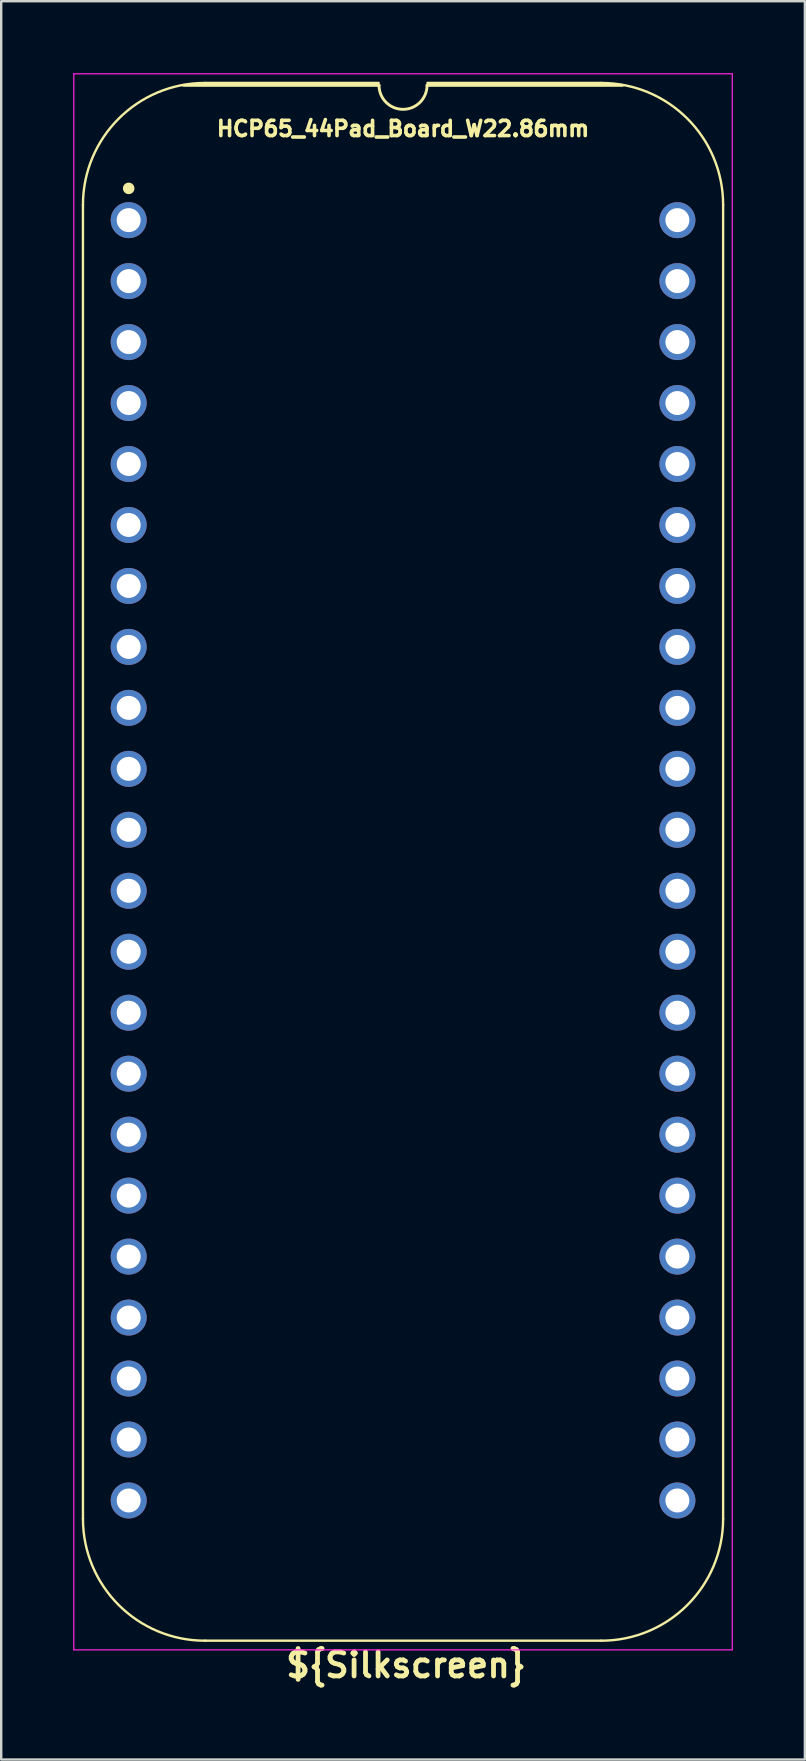
<source format=kicad_pcb>
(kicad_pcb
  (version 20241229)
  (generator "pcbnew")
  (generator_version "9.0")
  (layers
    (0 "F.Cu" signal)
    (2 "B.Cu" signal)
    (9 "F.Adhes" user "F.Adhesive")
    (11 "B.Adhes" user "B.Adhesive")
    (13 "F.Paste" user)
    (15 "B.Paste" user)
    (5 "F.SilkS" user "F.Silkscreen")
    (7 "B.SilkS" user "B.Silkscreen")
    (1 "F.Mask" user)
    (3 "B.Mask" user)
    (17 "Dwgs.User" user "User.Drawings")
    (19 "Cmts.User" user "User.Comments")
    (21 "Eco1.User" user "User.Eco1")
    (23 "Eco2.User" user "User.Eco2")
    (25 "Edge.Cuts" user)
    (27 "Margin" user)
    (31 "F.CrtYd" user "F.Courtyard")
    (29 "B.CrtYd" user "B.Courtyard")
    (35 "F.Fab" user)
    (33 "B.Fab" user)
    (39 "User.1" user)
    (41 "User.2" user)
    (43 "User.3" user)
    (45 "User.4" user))
  (footprint "HCP65_44Pad_Board_W22.86mm"
    (layer "F.Cu")
    (at 2.311 6.121)
    (property "Reference" "HCP65_44Pad_Board_W22.86mm" (at 11.43 -3.81 0) (layer "F.SilkS") (effects (font (size 0.635 0.635) (thickness 0.15))))
    (property "Silkscreen" "${Silkscreen}" (at 11.557 60.198 0) (unlocked yes) (layer "F.SilkS") (effects (font (size 1 1) (thickness 0.2) (bold yes))))
    (attr through_hole)
    (fp_line (start -1.905 -0.635) (end -1.905 54.102) (stroke (width 0.1) (type solid)) (layer "F.SilkS"))
    (fp_line (start 10.414 -5.715) (end 3.175 -5.715) (stroke (width 0.1) (type solid)) (layer "F.SilkS"))
    (fp_line (start 10.43 -5.616) (end 2.286 -5.616) (stroke (width 0.12) (type solid)) (layer "F.SilkS"))
    (fp_line (start 19.685 -5.715) (end 12.446 -5.715) (stroke (width 0.1) (type solid)) (layer "F.SilkS"))
    (fp_line (start 19.685 59.182) (end 3.175 59.182) (stroke (width 0.1) (type solid)) (layer "F.SilkS"))
    (fp_line (start 20.574 -5.616) (end 12.43 -5.616) (stroke (width 0.12) (type solid)) (layer "F.SilkS"))
    (fp_line (start 24.765 54.102) (end 24.765 -0.635) (stroke (width 0.1) (type solid)) (layer "F.SilkS"))
    (fp_arc (start -1.905 -0.635) (mid -0.417102 -4.227102) (end 3.175 -5.715) (stroke (width 0.1) (type solid)) (layer "F.SilkS"))
    (fp_arc (start 3.175 59.182) (mid -0.417102 57.694102) (end -1.905 54.102) (stroke (width 0.1) (type solid)) (layer "F.SilkS"))
    (fp_arc (start 12.43 -5.616) (mid 11.43 -4.616) (end 10.43 -5.616) (stroke (width 0.12) (type solid)) (layer "F.SilkS"))
    (fp_arc (start 19.685 -5.715) (mid 23.277102 -4.227102) (end 24.765 -0.635) (stroke (width 0.1) (type solid)) (layer "F.SilkS"))
    (fp_arc (start 24.765 54.102) (mid 23.277102 57.694102) (end 19.685 59.182) (stroke (width 0.1) (type solid)) (layer "F.SilkS"))
    (fp_circle (center 0 -1.323) (end 0.18 -1.323) (stroke (width 0.12) (type solid)) (fill yes) (layer "F.SilkS"))
    (fp_line (start -2.286 -6.096) (end -2.286 59.563) (stroke (width 0.05) (type solid)) (layer "F.CrtYd"))
    (fp_line (start -2.286 -6.096) (end 25.146 -6.096) (stroke (width 0.05) (type solid)) (layer "F.CrtYd"))
    (fp_line (start -2.286 59.563) (end 25.146 59.563) (stroke (width 0.05) (type solid)) (layer "F.CrtYd"))
    (fp_line (start 25.146 59.563) (end 25.146 -6.096) (stroke (width 0.05) (type solid)) (layer "F.CrtYd"))
    (pad "1" thru_hole circle (at 0 0) (size 1.5 1.5) (drill 1) (layers "*.Cu" "*.Mask"))
    (pad "2" thru_hole circle (at 0 2.54) (size 1.5 1.5) (drill 1) (layers "*.Cu" "*.Mask"))
    (pad "3" thru_hole circle (at 0 5.08) (size 1.5 1.5) (drill 1) (layers "*.Cu" "*.Mask"))
    (pad "4" thru_hole circle (at 0 7.62) (size 1.5 1.5) (drill 1) (layers "*.Cu" "*.Mask"))
    (pad "5" thru_hole circle (at 0 10.16) (size 1.5 1.5) (drill 1) (layers "*.Cu" "*.Mask"))
    (pad "6" thru_hole circle (at 0 12.7) (size 1.5 1.5) (drill 1) (layers "*.Cu" "*.Mask"))
    (pad "7" thru_hole circle (at 0 15.24) (size 1.5 1.5) (drill 1) (layers "*.Cu" "*.Mask"))
    (pad "8" thru_hole circle (at 0 17.78) (size 1.5 1.5) (drill 1) (layers "*.Cu" "*.Mask"))
    (pad "9" thru_hole circle (at 0 20.32) (size 1.5 1.5) (drill 1) (layers "*.Cu" "*.Mask"))
    (pad "10" thru_hole circle (at 0 22.86) (size 1.5 1.5) (drill 1) (layers "*.Cu" "*.Mask"))
    (pad "11" thru_hole circle (at 0 25.4) (size 1.5 1.5) (drill 1) (layers "*.Cu" "*.Mask"))
    (pad "12" thru_hole circle (at 0 27.94) (size 1.5 1.5) (drill 1) (layers "*.Cu" "*.Mask"))
    (pad "13" thru_hole circle (at 0 30.48) (size 1.5 1.5) (drill 1) (layers "*.Cu" "*.Mask"))
    (pad "14" thru_hole circle (at 0 33.02) (size 1.5 1.5) (drill 1) (layers "*.Cu" "*.Mask"))
    (pad "15" thru_hole circle (at 0 35.56) (size 1.5 1.5) (drill 1) (layers "*.Cu" "*.Mask"))
    (pad "16" thru_hole circle (at 0 38.1) (size 1.5 1.5) (drill 1) (layers "*.Cu" "*.Mask"))
    (pad "17" thru_hole circle (at 0 40.64) (size 1.5 1.5) (drill 1) (layers "*.Cu" "*.Mask"))
    (pad "18" thru_hole circle (at 0 43.18) (size 1.5 1.5) (drill 1) (layers "*.Cu" "*.Mask"))
    (pad "19" thru_hole circle (at 0 45.72) (size 1.5 1.5) (drill 1) (layers "*.Cu" "*.Mask"))
    (pad "20" thru_hole circle (at 0 48.26) (size 1.5 1.5) (drill 1) (layers "*.Cu" "*.Mask"))
    (pad "21" thru_hole circle (at 0 50.8) (size 1.5 1.5) (drill 1) (layers "*.Cu" "*.Mask"))
    (pad "22" thru_hole circle (at 0 53.34) (size 1.5 1.5) (drill 1) (layers "*.Cu" "*.Mask"))
    (pad "23" thru_hole circle (at 22.86 53.34) (size 1.5 1.5) (drill 1) (layers "*.Cu" "*.Mask"))
    (pad "24" thru_hole circle (at 22.86 50.8) (size 1.5 1.5) (drill 1) (layers "*.Cu" "*.Mask"))
    (pad "25" thru_hole circle (at 22.86 48.26) (size 1.5 1.5) (drill 1) (layers "*.Cu" "*.Mask"))
    (pad "26" thru_hole circle (at 22.86 45.72) (size 1.5 1.5) (drill 1) (layers "*.Cu" "*.Mask"))
    (pad "27" thru_hole circle (at 22.86 43.18) (size 1.5 1.5) (drill 1) (layers "*.Cu" "*.Mask"))
    (pad "28" thru_hole circle (at 22.86 40.64) (size 1.5 1.5) (drill 1) (layers "*.Cu" "*.Mask"))
    (pad "29" thru_hole circle (at 22.86 38.1) (size 1.5 1.5) (drill 1) (layers "*.Cu" "*.Mask"))
    (pad "30" thru_hole circle (at 22.86 35.56) (size 1.5 1.5) (drill 1) (layers "*.Cu" "*.Mask"))
    (pad "31" thru_hole circle (at 22.86 33.02) (size 1.5 1.5) (drill 1) (layers "*.Cu" "*.Mask"))
    (pad "32" thru_hole circle (at 22.86 30.48) (size 1.5 1.5) (drill 1) (layers "*.Cu" "*.Mask"))
    (pad "33" thru_hole circle (at 22.86 27.94) (size 1.5 1.5) (drill 1) (layers "*.Cu" "*.Mask"))
    (pad "34" thru_hole circle (at 22.86 25.4) (size 1.5 1.5) (drill 1) (layers "*.Cu" "*.Mask"))
    (pad "35" thru_hole circle (at 22.86 22.86) (size 1.5 1.5) (drill 1) (layers "*.Cu" "*.Mask"))
    (pad "36" thru_hole circle (at 22.86 20.32) (size 1.5 1.5) (drill 1) (layers "*.Cu" "*.Mask"))
    (pad "37" thru_hole circle (at 22.86 17.78) (size 1.5 1.5) (drill 1) (layers "*.Cu" "*.Mask"))
    (pad "38" thru_hole circle (at 22.86 15.24) (size 1.5 1.5) (drill 1) (layers "*.Cu" "*.Mask"))
    (pad "39" thru_hole circle (at 22.86 12.7) (size 1.5 1.5) (drill 1) (layers "*.Cu" "*.Mask"))
    (pad "40" thru_hole circle (at 22.86 10.16) (size 1.5 1.5) (drill 1) (layers "*.Cu" "*.Mask"))
    (pad "41" thru_hole circle (at 22.86 7.62) (size 1.5 1.5) (drill 1) (layers "*.Cu" "*.Mask"))
    (pad "42" thru_hole circle (at 22.86 5.08) (size 1.5 1.5) (drill 1) (layers "*.Cu" "*.Mask"))
    (pad "43" thru_hole circle (at 22.86 2.54) (size 1.5 1.5) (drill 1) (layers "*.Cu" "*.Mask"))
    (pad "44" thru_hole circle (at 22.86 0) (size 1.5 1.5) (drill 1) (layers "*.Cu" "*.Mask")))
  (gr_rect
    (start -3 -3)
    (end 30.482 70.255)
    (stroke (width 0.1) (type default))
    (fill no)
    (layer "Edge.Cuts")))
</source>
